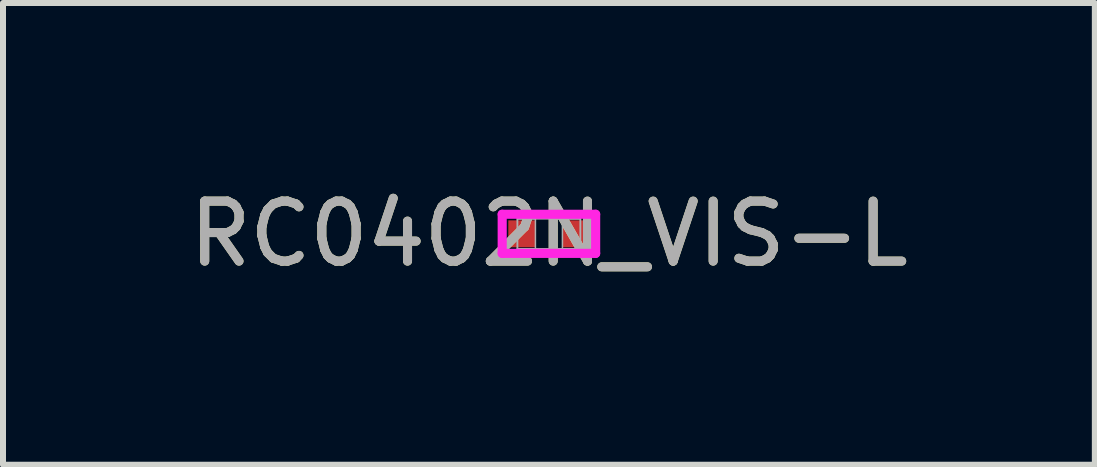
<source format=kicad_pcb>
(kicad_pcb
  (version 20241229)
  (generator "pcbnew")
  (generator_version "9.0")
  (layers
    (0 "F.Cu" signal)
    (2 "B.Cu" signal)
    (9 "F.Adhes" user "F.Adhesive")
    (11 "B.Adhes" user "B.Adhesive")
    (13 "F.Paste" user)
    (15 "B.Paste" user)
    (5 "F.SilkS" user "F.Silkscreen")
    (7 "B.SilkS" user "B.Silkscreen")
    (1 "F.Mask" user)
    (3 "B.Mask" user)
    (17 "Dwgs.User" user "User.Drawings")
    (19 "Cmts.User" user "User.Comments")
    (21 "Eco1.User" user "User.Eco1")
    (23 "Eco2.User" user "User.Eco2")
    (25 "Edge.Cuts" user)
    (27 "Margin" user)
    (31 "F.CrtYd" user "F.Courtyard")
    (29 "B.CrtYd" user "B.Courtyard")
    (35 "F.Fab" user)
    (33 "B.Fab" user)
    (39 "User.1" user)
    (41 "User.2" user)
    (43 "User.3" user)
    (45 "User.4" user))
  (footprint "RC0402N_VIS-L"
    (layer "F.Cu")
    (at 6.101 0.848)
    (property "Reference" "RC0402N_VIS-L" (at 0 0 0) (unlocked yes) (layer "F.SilkS") (effects (font (size 1 1) (thickness 0.15))))
    (attr smd)
    (fp_line (start -0.779 -0.326) (end 0.779 -0.326) (stroke (width 0.152) (type solid)) (layer "F.CrtYd"))
    (fp_line (start -0.779 0.326) (end -0.779 -0.326) (stroke (width 0.152) (type solid)) (layer "F.CrtYd"))
    (fp_line (start 0.779 -0.326) (end 0.779 0.326) (stroke (width 0.152) (type solid)) (layer "F.CrtYd"))
    (fp_line (start 0.779 0.326) (end -0.779 0.326) (stroke (width 0.152) (type solid)) (layer "F.CrtYd"))
    (fp_line (start -0.525 -0.25) (end -0.525 0.25) (stroke (width 0.025) (type solid)) (layer "F.Fab"))
    (fp_line (start -0.525 -0.25) (end -0.525 0.25) (stroke (width 0.025) (type solid)) (layer "F.Fab"))
    (fp_line (start -0.525 0.25) (end -0.225 0.25) (stroke (width 0.025) (type solid)) (layer "F.Fab"))
    (fp_line (start -0.525 0.25) (end 0.525 0.25) (stroke (width 0.025) (type solid)) (layer "F.Fab"))
    (fp_line (start -0.225 -0.25) (end -0.525 -0.25) (stroke (width 0.025) (type solid)) (layer "F.Fab"))
    (fp_line (start -0.225 0.25) (end -0.225 -0.25) (stroke (width 0.025) (type solid)) (layer "F.Fab"))
    (fp_line (start 0.225 -0.25) (end 0.225 0.25) (stroke (width 0.025) (type solid)) (layer "F.Fab"))
    (fp_line (start 0.225 0.25) (end 0.525 0.25) (stroke (width 0.025) (type solid)) (layer "F.Fab"))
    (fp_line (start 0.525 -0.25) (end -0.525 -0.25) (stroke (width 0.025) (type solid)) (layer "F.Fab"))
    (fp_line (start 0.525 -0.25) (end 0.225 -0.25) (stroke (width 0.025) (type solid)) (layer "F.Fab"))
    (fp_line (start 0.525 0.25) (end 0.525 -0.25) (stroke (width 0.025) (type solid)) (layer "F.Fab"))
    (fp_line (start 0.525 0.25) (end 0.525 -0.25) (stroke (width 0.025) (type solid)) (layer "F.Fab"))
    (fp_text user "${REFERENCE}" (at 0 0 0) (unlocked yes) (layer "F.Fab") (effects (font (size 1 1) (thickness 0.15))))
    (pad "1" smd rect (at -0.451 0) (size 0.452 0.449) (layers "F.Cu" "F.Mask" "F.Paste"))
    (pad "2" smd rect (at 0.451 0) (size 0.452 0.449) (layers "F.Cu" "F.Mask" "F.Paste"))
    (zone (net_name "") (layer "F.Cu") (hatch full 0.508) (connect_pads) (min_thickness 0.254) (filled_areas_thickness no) (keepout (tracks not_allowed) (vias not_allowed) (pads allowed) (copperpour not_allowed) (footprints allowed)) (placement (enabled no)) (fill) (polygon (pts (xy 5.927 0.649) (xy 6.275 0.649) (xy 6.275 1.047) (xy 5.927 1.047)))))
  (gr_rect
    (start -3 -3)
    (end 15.202 4.697)
    (stroke (width 0.1) (type default))
    (fill no)
    (layer "Edge.Cuts")))
</source>
